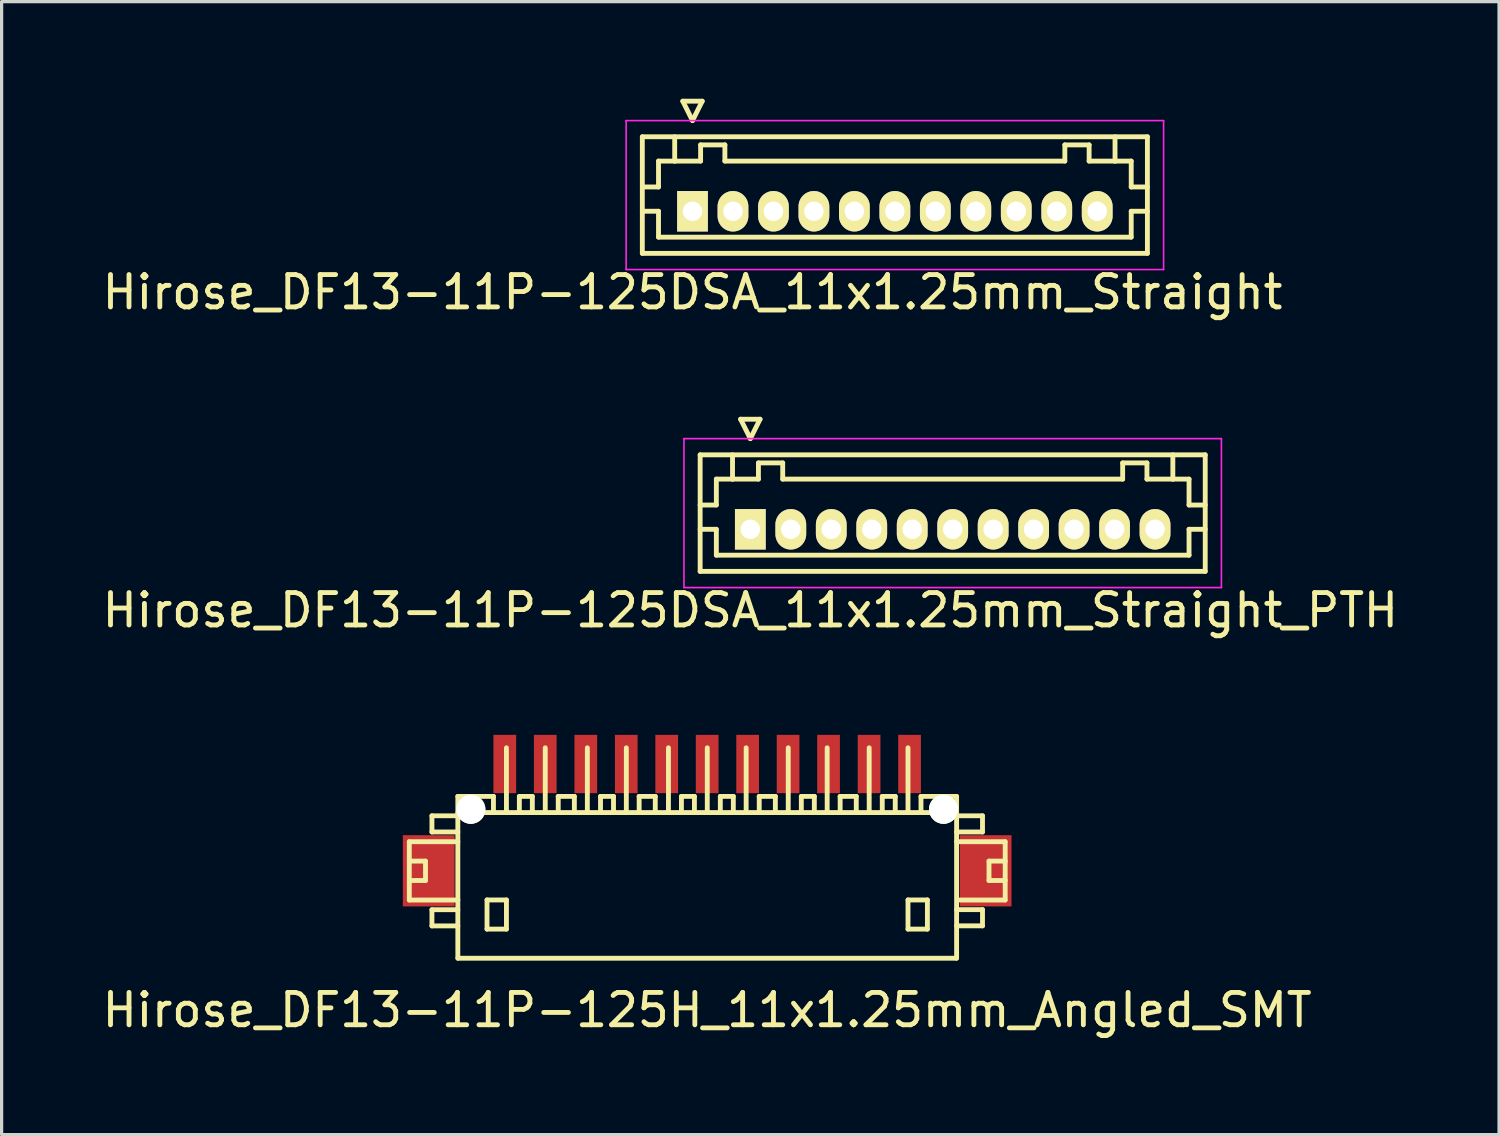
<source format=kicad_pcb>
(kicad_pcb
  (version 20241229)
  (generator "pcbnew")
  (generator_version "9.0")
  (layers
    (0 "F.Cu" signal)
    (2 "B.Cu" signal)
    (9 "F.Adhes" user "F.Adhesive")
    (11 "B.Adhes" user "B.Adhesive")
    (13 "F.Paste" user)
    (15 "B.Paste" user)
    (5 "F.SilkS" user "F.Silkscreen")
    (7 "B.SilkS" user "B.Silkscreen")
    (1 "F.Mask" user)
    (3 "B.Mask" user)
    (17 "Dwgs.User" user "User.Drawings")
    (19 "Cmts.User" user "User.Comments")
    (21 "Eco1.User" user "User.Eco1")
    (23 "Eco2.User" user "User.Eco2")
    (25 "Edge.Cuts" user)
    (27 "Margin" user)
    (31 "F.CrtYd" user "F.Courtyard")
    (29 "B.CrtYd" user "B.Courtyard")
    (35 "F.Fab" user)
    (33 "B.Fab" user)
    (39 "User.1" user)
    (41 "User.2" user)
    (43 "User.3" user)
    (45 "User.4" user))
  (footprint "Hirose_DF13-11P-125H_11x1.25mm_Angled_SMT"
    (layer "F.Cu")
    (at 18.792 24.047)
    (property "Reference" "Hirose_DF13-11P-125H_11x1.25mm_Angled_SMT" (at 0 4.1 0) (layer "F.SilkS") (effects (font (size 1 1) (thickness 0.15))))
    (attr smd)
    (fp_line (start -9.2 -1.1) (end -9.2 0.701) (stroke (width 0.15) (type solid)) (layer "F.SilkS"))
    (fp_line (start -9.2 0.701) (end -7.701 0.701) (stroke (width 0.15) (type solid)) (layer "F.SilkS"))
    (fp_line (start -8.7 -0.5) (end -9.2 -0.5) (stroke (width 0.15) (type solid)) (layer "F.SilkS"))
    (fp_line (start -8.7 0.099) (end -9.2 0.099) (stroke (width 0.15) (type solid)) (layer "F.SilkS"))
    (fp_line (start -8.7 0.099) (end -8.7 -0.5) (stroke (width 0.15) (type solid)) (layer "F.SilkS"))
    (fp_line (start -8.501 -1.9) (end -8.501 -1.4) (stroke (width 0.15) (type solid)) (layer "F.SilkS"))
    (fp_line (start -8.501 -1.9) (end -7.701 -1.9) (stroke (width 0.15) (type solid)) (layer "F.SilkS"))
    (fp_line (start -8.501 1.001) (end -8.501 1.501) (stroke (width 0.15) (type solid)) (layer "F.SilkS"))
    (fp_line (start -8.501 1.501) (end -7.701 1.501) (stroke (width 0.15) (type solid)) (layer "F.SilkS"))
    (fp_line (start -7.701 -1.4) (end -8.501 -1.4) (stroke (width 0.15) (type solid)) (layer "F.SilkS"))
    (fp_line (start -7.701 -1.1) (end -9.2 -1.1) (stroke (width 0.15) (type solid)) (layer "F.SilkS"))
    (fp_line (start -7.701 1.001) (end -8.501 1.001) (stroke (width 0.15) (type solid)) (layer "F.SilkS"))
    (fp_line (start -7.701 2.499) (end -7.701 -2.499) (stroke (width 0.15) (type solid)) (layer "F.SilkS"))
    (fp_line (start -7.699 2.499) (end 7.699 2.499) (stroke (width 0.15) (type solid)) (layer "F.SilkS"))
    (fp_line (start -6.8 0.699) (end -6.8 1.6) (stroke (width 0.15) (type solid)) (layer "F.SilkS"))
    (fp_line (start -6.8 1.6) (end -6.2 1.6) (stroke (width 0.15) (type solid)) (layer "F.SilkS"))
    (fp_line (start -6.601 -2.499) (end -7.701 -2.499) (stroke (width 0.15) (type solid)) (layer "F.SilkS"))
    (fp_line (start -6.601 -2.499) (end -6.601 -1.999) (stroke (width 0.15) (type solid)) (layer "F.SilkS"))
    (fp_line (start -6.2 -4) (end -6.2 -1.999) (stroke (width 0.15) (type solid)) (layer "F.SilkS"))
    (fp_line (start -6.2 0.699) (end -6.8 0.699) (stroke (width 0.15) (type solid)) (layer "F.SilkS"))
    (fp_line (start -6.2 1.6) (end -6.2 0.699) (stroke (width 0.15) (type solid)) (layer "F.SilkS"))
    (fp_line (start -5.801 -2.499) (end -5.801 -1.999) (stroke (width 0.15) (type solid)) (layer "F.SilkS"))
    (fp_line (start -5.4 -2.499) (end -5.801 -2.499) (stroke (width 0.15) (type solid)) (layer "F.SilkS"))
    (fp_line (start -5.4 -2.499) (end -5.4 -1.999) (stroke (width 0.15) (type solid)) (layer "F.SilkS"))
    (fp_line (start -5.001 -1.999) (end -5.001 -4) (stroke (width 0.15) (type solid)) (layer "F.SilkS"))
    (fp_line (start -4.602 -2.499) (end -4.102 -2.499) (stroke (width 0.15) (type solid)) (layer "F.SilkS"))
    (fp_line (start -4.6 -1.999) (end -4.6 -2.499) (stroke (width 0.15) (type solid)) (layer "F.SilkS"))
    (fp_line (start -4.102 -2.499) (end -4.102 -1.999) (stroke (width 0.15) (type solid)) (layer "F.SilkS"))
    (fp_line (start -3.701 -1.999) (end -3.701 -4) (stroke (width 0.15) (type solid)) (layer "F.SilkS"))
    (fp_line (start -3.294 -2.499) (end -3.294 -1.999) (stroke (width 0.15) (type solid)) (layer "F.SilkS"))
    (fp_line (start -2.893 -2.499) (end -3.294 -2.499) (stroke (width 0.15) (type solid)) (layer "F.SilkS"))
    (fp_line (start -2.893 -2.499) (end -2.893 -1.999) (stroke (width 0.15) (type solid)) (layer "F.SilkS"))
    (fp_line (start -2.497 -1.999) (end -2.497 -4) (stroke (width 0.15) (type solid)) (layer "F.SilkS"))
    (fp_line (start -2.103 -2.499) (end -1.603 -2.499) (stroke (width 0.15) (type solid)) (layer "F.SilkS"))
    (fp_line (start -2.101 -1.999) (end -2.101 -2.499) (stroke (width 0.15) (type solid)) (layer "F.SilkS"))
    (fp_line (start -1.603 -2.499) (end -1.603 -1.999) (stroke (width 0.15) (type solid)) (layer "F.SilkS"))
    (fp_line (start -1.196 -1.999) (end -1.196 -4) (stroke (width 0.15) (type solid)) (layer "F.SilkS"))
    (fp_line (start -0.795 -2.499) (end -0.795 -1.999) (stroke (width 0.15) (type solid)) (layer "F.SilkS"))
    (fp_line (start -0.394 -2.499) (end -0.795 -2.499) (stroke (width 0.15) (type solid)) (layer "F.SilkS"))
    (fp_line (start -0.394 -2.499) (end -0.394 -1.999) (stroke (width 0.15) (type solid)) (layer "F.SilkS"))
    (fp_line (start 0.003 -1.999) (end 0.003 -4) (stroke (width 0.15) (type solid)) (layer "F.SilkS"))
    (fp_line (start 0.406 -2.499) (end 0.406 -1.999) (stroke (width 0.15) (type solid)) (layer "F.SilkS"))
    (fp_line (start 0.808 -2.499) (end 0.406 -2.499) (stroke (width 0.15) (type solid)) (layer "F.SilkS"))
    (fp_line (start 0.808 -2.499) (end 0.808 -1.999) (stroke (width 0.15) (type solid)) (layer "F.SilkS"))
    (fp_line (start 1.204 -1.999) (end 1.204 -4) (stroke (width 0.15) (type solid)) (layer "F.SilkS"))
    (fp_line (start 1.605 -2.499) (end 2.106 -2.499) (stroke (width 0.15) (type solid)) (layer "F.SilkS"))
    (fp_line (start 1.608 -1.999) (end 1.608 -2.499) (stroke (width 0.15) (type solid)) (layer "F.SilkS"))
    (fp_line (start 2.106 -2.499) (end 2.106 -1.999) (stroke (width 0.15) (type solid)) (layer "F.SilkS"))
    (fp_line (start 2.504 -1.999) (end 2.504 -4) (stroke (width 0.15) (type solid)) (layer "F.SilkS"))
    (fp_line (start 2.908 -2.499) (end 2.908 -1.999) (stroke (width 0.15) (type solid)) (layer "F.SilkS"))
    (fp_line (start 3.31 -2.499) (end 2.908 -2.499) (stroke (width 0.15) (type solid)) (layer "F.SilkS"))
    (fp_line (start 3.31 -2.499) (end 3.31 -1.999) (stroke (width 0.15) (type solid)) (layer "F.SilkS"))
    (fp_line (start 3.706 -1.999) (end 3.706 -4) (stroke (width 0.15) (type solid)) (layer "F.SilkS"))
    (fp_line (start 4.105 -2.499) (end 4.605 -2.499) (stroke (width 0.15) (type solid)) (layer "F.SilkS"))
    (fp_line (start 4.107 -1.999) (end 4.107 -2.499) (stroke (width 0.15) (type solid)) (layer "F.SilkS"))
    (fp_line (start 4.605 -2.499) (end 4.605 -1.999) (stroke (width 0.15) (type solid)) (layer "F.SilkS"))
    (fp_line (start 5.004 -1.999) (end 5.004 -4) (stroke (width 0.15) (type solid)) (layer "F.SilkS"))
    (fp_line (start 5.408 -2.499) (end 5.408 -1.999) (stroke (width 0.15) (type solid)) (layer "F.SilkS"))
    (fp_line (start 5.809 -2.499) (end 5.408 -2.499) (stroke (width 0.15) (type solid)) (layer "F.SilkS"))
    (fp_line (start 5.809 -2.499) (end 5.809 -1.999) (stroke (width 0.15) (type solid)) (layer "F.SilkS"))
    (fp_line (start 6.203 -1.999) (end 6.203 -4) (stroke (width 0.15) (type solid)) (layer "F.SilkS"))
    (fp_line (start 6.203 0.699) (end 6.802 0.699) (stroke (width 0.15) (type solid)) (layer "F.SilkS"))
    (fp_line (start 6.203 1.6) (end 6.203 0.699) (stroke (width 0.15) (type solid)) (layer "F.SilkS"))
    (fp_line (start 6.604 -2.499) (end 6.604 -1.999) (stroke (width 0.15) (type solid)) (layer "F.SilkS"))
    (fp_line (start 6.802 0.699) (end 6.802 1.6) (stroke (width 0.15) (type solid)) (layer "F.SilkS"))
    (fp_line (start 6.802 1.6) (end 6.203 1.6) (stroke (width 0.15) (type solid)) (layer "F.SilkS"))
    (fp_line (start 7.699 -1.999) (end -7.699 -1.999) (stroke (width 0.15) (type solid)) (layer "F.SilkS"))
    (fp_line (start 7.704 -2.499) (end 6.604 -2.499) (stroke (width 0.15) (type solid)) (layer "F.SilkS"))
    (fp_line (start 7.704 -2.499) (end 7.704 2.499) (stroke (width 0.15) (type solid)) (layer "F.SilkS"))
    (fp_line (start 7.704 -1.9) (end 8.504 -1.9) (stroke (width 0.15) (type solid)) (layer "F.SilkS"))
    (fp_line (start 7.704 0.998) (end 8.504 0.998) (stroke (width 0.15) (type solid)) (layer "F.SilkS"))
    (fp_line (start 8.504 -1.9) (end 8.504 -1.4) (stroke (width 0.15) (type solid)) (layer "F.SilkS"))
    (fp_line (start 8.504 -1.4) (end 7.704 -1.4) (stroke (width 0.15) (type solid)) (layer "F.SilkS"))
    (fp_line (start 8.504 0.998) (end 8.504 1.499) (stroke (width 0.15) (type solid)) (layer "F.SilkS"))
    (fp_line (start 8.504 1.499) (end 7.704 1.499) (stroke (width 0.15) (type solid)) (layer "F.SilkS"))
    (fp_line (start 8.705 0.099) (end 8.705 -0.5) (stroke (width 0.15) (type solid)) (layer "F.SilkS"))
    (fp_line (start 9.202 -1.1) (end 7.704 -1.1) (stroke (width 0.15) (type solid)) (layer "F.SilkS"))
    (fp_line (start 9.202 0.701) (end 7.803 0.701) (stroke (width 0.15) (type solid)) (layer "F.SilkS"))
    (fp_line (start 9.205 -1.1) (end 9.205 0.701) (stroke (width 0.15) (type solid)) (layer "F.SilkS"))
    (fp_line (start 9.205 -0.5) (end 8.705 -0.5) (stroke (width 0.15) (type solid)) (layer "F.SilkS"))
    (fp_line (start 9.205 0.099) (end 8.705 0.099) (stroke (width 0.15) (type solid)) (layer "F.SilkS"))
    (pad "" smd rect (at -8.6 -0.201) (size 1.6 2.2) (layers "F.Cu" "F.Mask" "F.Paste"))
    (pad "" np_thru_hole circle (at -7.3 -2.101) (size 0.899 0.899) (drill 0.899) (layers "*.Cu" "*.Mask" "F.SilkS"))
    (pad "" np_thru_hole circle (at 7.3 -2.101) (size 0.899 0.899) (drill 0.899) (layers "*.Cu" "*.Mask" "F.SilkS"))
    (pad "" smd rect (at 8.6 -0.201) (size 1.6 2.2) (layers "F.Cu" "F.Mask" "F.Paste"))
    (pad "1" smd rect (at 6.251 -3.5) (size 0.701 1.801) (layers "F.Cu" "F.Mask" "F.Paste"))
    (pad "2" smd rect (at 5.001 -3.5) (size 0.701 1.801) (layers "F.Cu" "F.Mask" "F.Paste"))
    (pad "3" smd rect (at 3.749 -3.5) (size 0.701 1.801) (layers "F.Cu" "F.Mask" "F.Paste"))
    (pad "4" smd rect (at 2.499 -3.5) (size 0.701 1.801) (layers "F.Cu" "F.Mask" "F.Paste"))
    (pad "5" smd rect (at 1.25 -3.5) (size 0.701 1.801) (layers "F.Cu" "F.Mask" "F.Paste"))
    (pad "6" smd rect (at 0 -3.5) (size 0.701 1.801) (layers "F.Cu" "F.Mask" "F.Paste"))
    (pad "7" smd rect (at -1.25 -3.5) (size 0.701 1.801) (layers "F.Cu" "F.Mask" "F.Paste"))
    (pad "8" smd rect (at -2.499 -3.5) (size 0.701 1.801) (layers "F.Cu" "F.Mask" "F.Paste"))
    (pad "9" smd rect (at -3.749 -3.5) (size 0.701 1.801) (layers "F.Cu" "F.Mask" "F.Paste"))
    (pad "10" smd rect (at -5.001 -3.5) (size 0.701 1.801) (layers "F.Cu" "F.Mask" "F.Paste"))
    (pad "11" smd rect (at -6.251 -3.5) (size 0.701 1.801) (layers "F.Cu" "F.Mask" "F.Paste")))
  (footprint "Hirose_DF13-11P-125DSA_11x1.25mm_Straight"
    (layer "F.Cu")
    (at 18.339 3.475)
    (property "Reference" "Hirose_DF13-11P-125DSA_11x1.25mm_Straight" (at 0 2.5 0) (layer "F.SilkS") (effects (font (size 1 1) (thickness 0.15))))
    (attr through_hole)
    (fp_line (start -1.55 -2.3) (end -1.55 1.3) (stroke (width 0.15) (type solid)) (layer "F.SilkS"))
    (fp_line (start -1.55 -0.75) (end -1.05 -0.75) (stroke (width 0.15) (type solid)) (layer "F.SilkS"))
    (fp_line (start -1.55 0) (end -1.05 0) (stroke (width 0.15) (type solid)) (layer "F.SilkS"))
    (fp_line (start -1.55 1.3) (end 14.05 1.3) (stroke (width 0.15) (type solid)) (layer "F.SilkS"))
    (fp_line (start -1.05 -1.55) (end -0.55 -1.55) (stroke (width 0.15) (type solid)) (layer "F.SilkS"))
    (fp_line (start -1.05 -0.75) (end -1.05 -1.55) (stroke (width 0.15) (type solid)) (layer "F.SilkS"))
    (fp_line (start -1.05 0) (end -1.05 0.8) (stroke (width 0.15) (type solid)) (layer "F.SilkS"))
    (fp_line (start -1.05 0.8) (end 13.55 0.8) (stroke (width 0.15) (type solid)) (layer "F.SilkS"))
    (fp_line (start -0.55 -1.55) (end -0.55 -2.3) (stroke (width 0.15) (type solid)) (layer "F.SilkS"))
    (fp_line (start -0.55 -1.55) (end 0.25 -1.55) (stroke (width 0.15) (type solid)) (layer "F.SilkS"))
    (fp_line (start -0.3 -3.4) (end 0.3 -3.4) (stroke (width 0.15) (type solid)) (layer "F.SilkS"))
    (fp_line (start 0 -2.8) (end -0.3 -3.4) (stroke (width 0.15) (type solid)) (layer "F.SilkS"))
    (fp_line (start 0.25 -2.05) (end 1 -2.05) (stroke (width 0.15) (type solid)) (layer "F.SilkS"))
    (fp_line (start 0.25 -1.55) (end 0.25 -2.05) (stroke (width 0.15) (type solid)) (layer "F.SilkS"))
    (fp_line (start 0.3 -3.4) (end 0 -2.8) (stroke (width 0.15) (type solid)) (layer "F.SilkS"))
    (fp_line (start 1 -2.05) (end 1 -1.55) (stroke (width 0.15) (type solid)) (layer "F.SilkS"))
    (fp_line (start 1 -1.55) (end 11.5 -1.55) (stroke (width 0.15) (type solid)) (layer "F.SilkS"))
    (fp_line (start 11.5 -2.05) (end 12.25 -2.05) (stroke (width 0.15) (type solid)) (layer "F.SilkS"))
    (fp_line (start 11.5 -1.55) (end 11.5 -2.05) (stroke (width 0.15) (type solid)) (layer "F.SilkS"))
    (fp_line (start 12.25 -2.05) (end 12.25 -1.55) (stroke (width 0.15) (type solid)) (layer "F.SilkS"))
    (fp_line (start 12.25 -1.55) (end 13.05 -1.55) (stroke (width 0.15) (type solid)) (layer "F.SilkS"))
    (fp_line (start 13.05 -1.55) (end 13.05 -2.3) (stroke (width 0.15) (type solid)) (layer "F.SilkS"))
    (fp_line (start 13.55 -1.55) (end 13.05 -1.55) (stroke (width 0.15) (type solid)) (layer "F.SilkS"))
    (fp_line (start 13.55 -0.75) (end 13.55 -1.55) (stroke (width 0.15) (type solid)) (layer "F.SilkS"))
    (fp_line (start 13.55 0) (end 14.05 0) (stroke (width 0.15) (type solid)) (layer "F.SilkS"))
    (fp_line (start 13.55 0.8) (end 13.55 0) (stroke (width 0.15) (type solid)) (layer "F.SilkS"))
    (fp_line (start 14.05 -2.3) (end -1.55 -2.3) (stroke (width 0.15) (type solid)) (layer "F.SilkS"))
    (fp_line (start 14.05 -0.75) (end 13.55 -0.75) (stroke (width 0.15) (type solid)) (layer "F.SilkS"))
    (fp_line (start 14.05 1.3) (end 14.05 -2.3) (stroke (width 0.15) (type solid)) (layer "F.SilkS"))
    (fp_line (start -2.05 -2.8) (end -2.05 1.8) (stroke (width 0.05) (type solid)) (layer "F.CrtYd"))
    (fp_line (start -2.05 1.8) (end 14.55 1.8) (stroke (width 0.05) (type solid)) (layer "F.CrtYd"))
    (fp_line (start 14.55 -2.8) (end -2.05 -2.8) (stroke (width 0.05) (type solid)) (layer "F.CrtYd"))
    (fp_line (start 14.55 1.8) (end 14.55 -2.8) (stroke (width 0.05) (type solid)) (layer "F.CrtYd"))
    (pad "1" thru_hole rect (at 0 0) (size 0.95 1.25) (drill 0.6) (layers "*.Cu" "*.Mask" "F.SilkS"))
    (pad "2" thru_hole oval (at 1.25 0) (size 0.95 1.25) (drill 0.6) (layers "*.Cu" "*.Mask" "F.SilkS"))
    (pad "3" thru_hole oval (at 2.5 0) (size 0.95 1.25) (drill 0.6) (layers "*.Cu" "*.Mask" "F.SilkS"))
    (pad "4" thru_hole oval (at 3.75 0) (size 0.95 1.25) (drill 0.6) (layers "*.Cu" "*.Mask" "F.SilkS"))
    (pad "5" thru_hole oval (at 5 0) (size 0.95 1.25) (drill 0.6) (layers "*.Cu" "*.Mask" "F.SilkS"))
    (pad "6" thru_hole oval (at 6.25 0) (size 0.95 1.25) (drill 0.6) (layers "*.Cu" "*.Mask" "F.SilkS"))
    (pad "7" thru_hole oval (at 7.5 0) (size 0.95 1.25) (drill 0.6) (layers "*.Cu" "*.Mask" "F.SilkS"))
    (pad "8" thru_hole oval (at 8.75 0) (size 0.95 1.25) (drill 0.6) (layers "*.Cu" "*.Mask" "F.SilkS"))
    (pad "9" thru_hole oval (at 10 0) (size 0.95 1.25) (drill 0.6) (layers "*.Cu" "*.Mask" "F.SilkS"))
    (pad "10" thru_hole oval (at 11.25 0) (size 0.95 1.25) (drill 0.6) (layers "*.Cu" "*.Mask" "F.SilkS"))
    (pad "11" thru_hole oval (at 12.5 0) (size 0.95 1.25) (drill 0.6) (layers "*.Cu" "*.Mask" "F.SilkS")))
  (footprint "Hirose_DF13-11P-125DSA_11x1.25mm_Straight_PTH"
    (layer "F.Cu")
    (at 20.125 13.298)
    (property "Reference" "Hirose_DF13-11P-125DSA_11x1.25mm_Straight_PTH" (at 0 2.5 0) (layer "F.SilkS") (effects (font (size 1 1) (thickness 0.15))))
    (attr through_hole)
    (fp_line (start -1.55 -2.3) (end -1.55 1.3) (stroke (width 0.15) (type solid)) (layer "F.SilkS"))
    (fp_line (start -1.55 -0.75) (end -1.05 -0.75) (stroke (width 0.15) (type solid)) (layer "F.SilkS"))
    (fp_line (start -1.55 0) (end -1.05 0) (stroke (width 0.15) (type solid)) (layer "F.SilkS"))
    (fp_line (start -1.55 1.3) (end 14.05 1.3) (stroke (width 0.15) (type solid)) (layer "F.SilkS"))
    (fp_line (start -1.05 -1.55) (end -0.55 -1.55) (stroke (width 0.15) (type solid)) (layer "F.SilkS"))
    (fp_line (start -1.05 -0.75) (end -1.05 -1.55) (stroke (width 0.15) (type solid)) (layer "F.SilkS"))
    (fp_line (start -1.05 0) (end -1.05 0.8) (stroke (width 0.15) (type solid)) (layer "F.SilkS"))
    (fp_line (start -1.05 0.8) (end 13.55 0.8) (stroke (width 0.15) (type solid)) (layer "F.SilkS"))
    (fp_line (start -0.55 -1.55) (end -0.55 -2.3) (stroke (width 0.15) (type solid)) (layer "F.SilkS"))
    (fp_line (start -0.55 -1.55) (end 0.25 -1.55) (stroke (width 0.15) (type solid)) (layer "F.SilkS"))
    (fp_line (start -0.3 -3.4) (end 0.3 -3.4) (stroke (width 0.15) (type solid)) (layer "F.SilkS"))
    (fp_line (start 0 -2.8) (end -0.3 -3.4) (stroke (width 0.15) (type solid)) (layer "F.SilkS"))
    (fp_line (start 0.25 -2.05) (end 1 -2.05) (stroke (width 0.15) (type solid)) (layer "F.SilkS"))
    (fp_line (start 0.25 -1.55) (end 0.25 -2.05) (stroke (width 0.15) (type solid)) (layer "F.SilkS"))
    (fp_line (start 0.3 -3.4) (end 0 -2.8) (stroke (width 0.15) (type solid)) (layer "F.SilkS"))
    (fp_line (start 1 -2.05) (end 1 -1.55) (stroke (width 0.15) (type solid)) (layer "F.SilkS"))
    (fp_line (start 1 -1.55) (end 11.5 -1.55) (stroke (width 0.15) (type solid)) (layer "F.SilkS"))
    (fp_line (start 11.5 -2.05) (end 12.25 -2.05) (stroke (width 0.15) (type solid)) (layer "F.SilkS"))
    (fp_line (start 11.5 -1.55) (end 11.5 -2.05) (stroke (width 0.15) (type solid)) (layer "F.SilkS"))
    (fp_line (start 12.25 -2.05) (end 12.25 -1.55) (stroke (width 0.15) (type solid)) (layer "F.SilkS"))
    (fp_line (start 12.25 -1.55) (end 13.05 -1.55) (stroke (width 0.15) (type solid)) (layer "F.SilkS"))
    (fp_line (start 13.05 -1.55) (end 13.05 -2.3) (stroke (width 0.15) (type solid)) (layer "F.SilkS"))
    (fp_line (start 13.55 -1.55) (end 13.05 -1.55) (stroke (width 0.15) (type solid)) (layer "F.SilkS"))
    (fp_line (start 13.55 -0.75) (end 13.55 -1.55) (stroke (width 0.15) (type solid)) (layer "F.SilkS"))
    (fp_line (start 13.55 0) (end 14.05 0) (stroke (width 0.15) (type solid)) (layer "F.SilkS"))
    (fp_line (start 13.55 0.8) (end 13.55 0) (stroke (width 0.15) (type solid)) (layer "F.SilkS"))
    (fp_line (start 14.05 -2.3) (end -1.55 -2.3) (stroke (width 0.15) (type solid)) (layer "F.SilkS"))
    (fp_line (start 14.05 -0.75) (end 13.55 -0.75) (stroke (width 0.15) (type solid)) (layer "F.SilkS"))
    (fp_line (start 14.05 1.3) (end 14.05 -2.3) (stroke (width 0.15) (type solid)) (layer "F.SilkS"))
    (fp_line (start -2.05 -2.8) (end -2.05 1.8) (stroke (width 0.05) (type solid)) (layer "F.CrtYd"))
    (fp_line (start -2.05 1.8) (end 14.55 1.8) (stroke (width 0.05) (type solid)) (layer "F.CrtYd"))
    (fp_line (start 14.55 -2.8) (end -2.05 -2.8) (stroke (width 0.05) (type solid)) (layer "F.CrtYd"))
    (fp_line (start 14.55 1.8) (end 14.55 -2.8) (stroke (width 0.05) (type solid)) (layer "F.CrtYd"))
    (pad "1" thru_hole rect (at 0 0) (size 0.95 1.25) (drill 0.6) (layers "*.Cu" "*.Mask" "F.SilkS"))
    (pad "2" thru_hole oval (at 1.25 0) (size 0.95 1.25) (drill 0.6) (layers "*.Cu" "*.Mask" "F.SilkS"))
    (pad "3" thru_hole oval (at 2.5 0) (size 0.95 1.25) (drill 0.6) (layers "*.Cu" "*.Mask" "F.SilkS"))
    (pad "4" thru_hole oval (at 3.75 0) (size 0.95 1.25) (drill 0.6) (layers "*.Cu" "*.Mask" "F.SilkS"))
    (pad "5" thru_hole oval (at 5 0) (size 0.95 1.25) (drill 0.6) (layers "*.Cu" "*.Mask" "F.SilkS"))
    (pad "6" thru_hole oval (at 6.25 0) (size 0.95 1.25) (drill 0.6) (layers "*.Cu" "*.Mask" "F.SilkS"))
    (pad "7" thru_hole oval (at 7.5 0) (size 0.95 1.25) (drill 0.6) (layers "*.Cu" "*.Mask" "F.SilkS"))
    (pad "8" thru_hole oval (at 8.75 0) (size 0.95 1.25) (drill 0.6) (layers "*.Cu" "*.Mask" "F.SilkS"))
    (pad "9" thru_hole oval (at 10 0) (size 0.95 1.25) (drill 0.6) (layers "*.Cu" "*.Mask" "F.SilkS"))
    (pad "10" thru_hole oval (at 11.25 0) (size 0.95 1.25) (drill 0.6) (layers "*.Cu" "*.Mask" "F.SilkS"))
    (pad "11" thru_hole oval (at 12.5 0) (size 0.95 1.25) (drill 0.6) (layers "*.Cu" "*.Mask" "F.SilkS")))
  (gr_rect
    (start -3 -3)
    (end 43.25 31.995)
    (stroke (width 0.1) (type default))
    (fill no)
    (layer "Edge.Cuts")))
</source>
